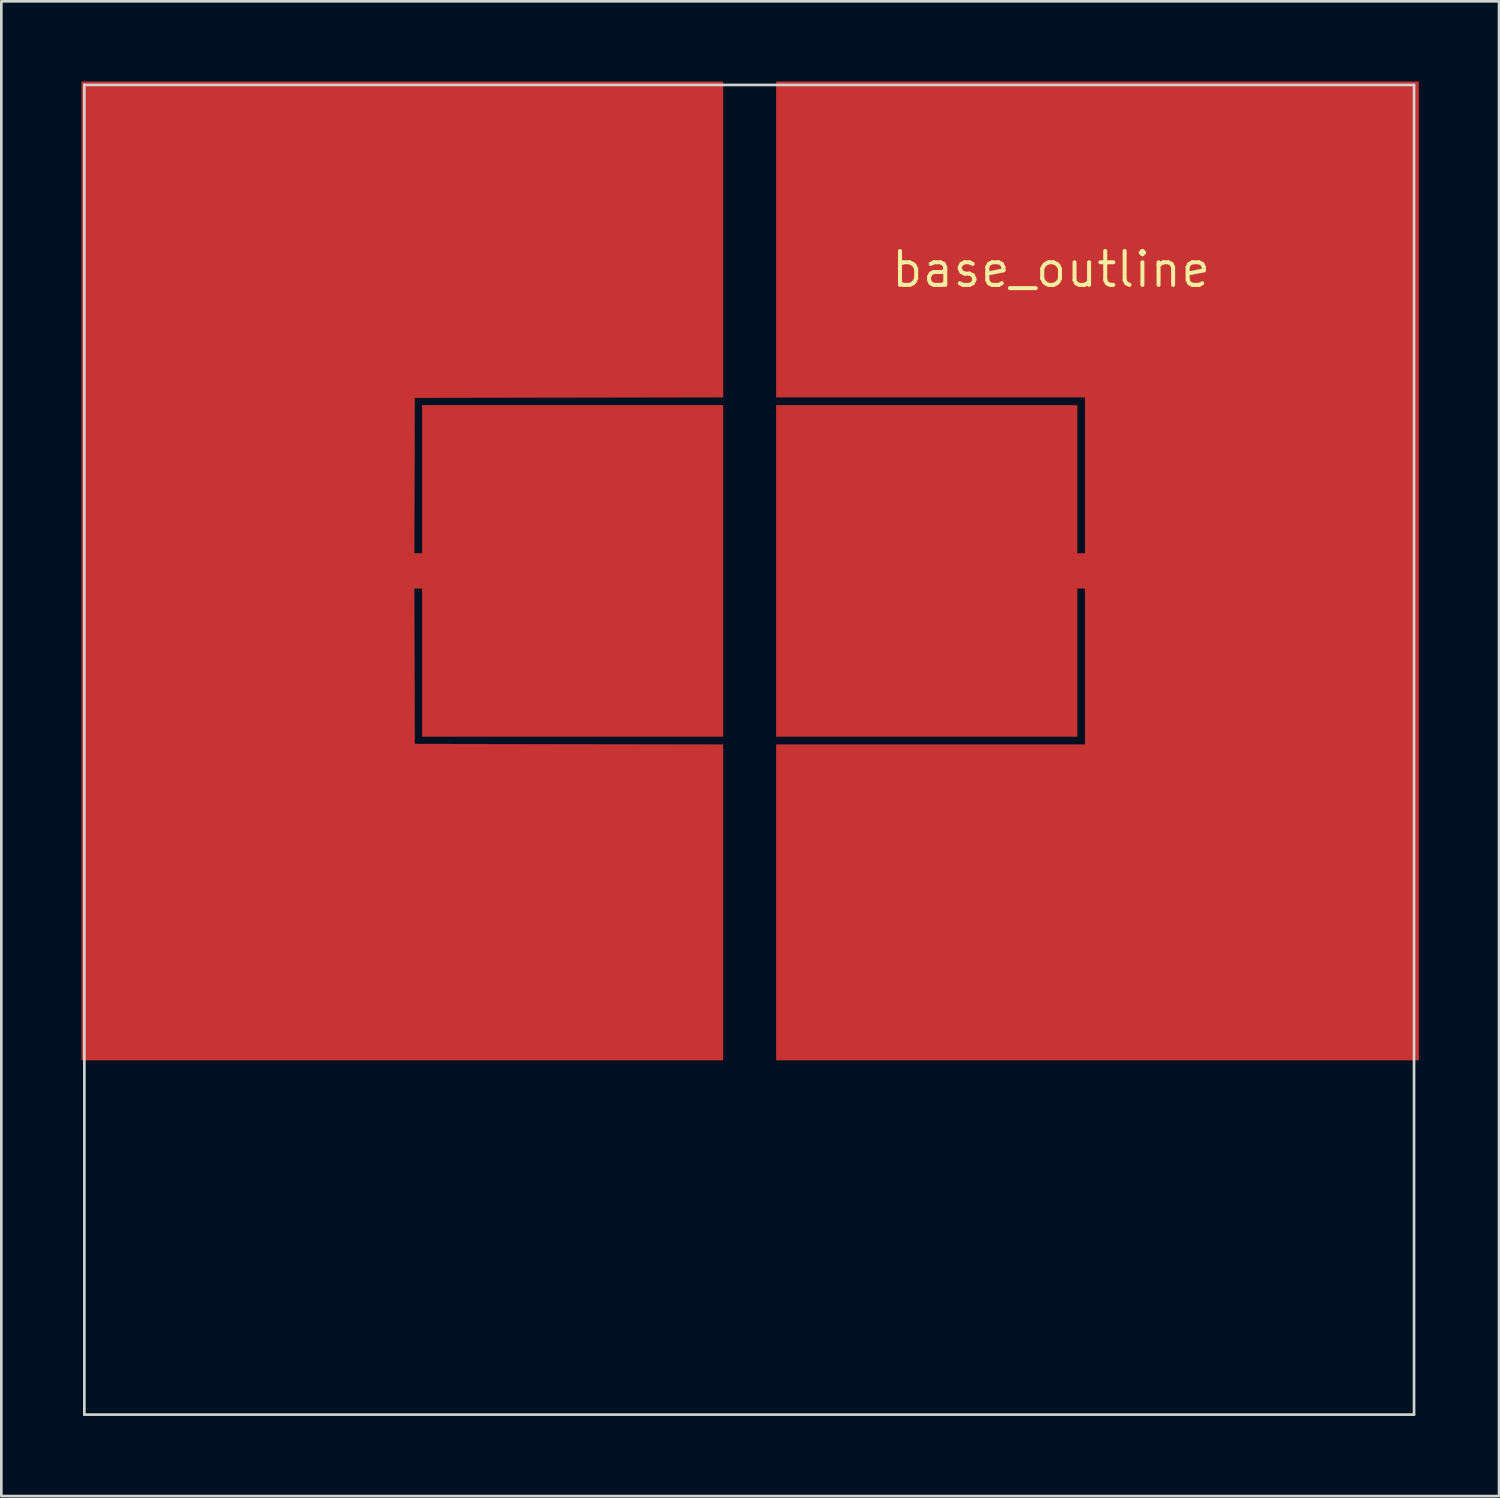
<source format=kicad_pcb>
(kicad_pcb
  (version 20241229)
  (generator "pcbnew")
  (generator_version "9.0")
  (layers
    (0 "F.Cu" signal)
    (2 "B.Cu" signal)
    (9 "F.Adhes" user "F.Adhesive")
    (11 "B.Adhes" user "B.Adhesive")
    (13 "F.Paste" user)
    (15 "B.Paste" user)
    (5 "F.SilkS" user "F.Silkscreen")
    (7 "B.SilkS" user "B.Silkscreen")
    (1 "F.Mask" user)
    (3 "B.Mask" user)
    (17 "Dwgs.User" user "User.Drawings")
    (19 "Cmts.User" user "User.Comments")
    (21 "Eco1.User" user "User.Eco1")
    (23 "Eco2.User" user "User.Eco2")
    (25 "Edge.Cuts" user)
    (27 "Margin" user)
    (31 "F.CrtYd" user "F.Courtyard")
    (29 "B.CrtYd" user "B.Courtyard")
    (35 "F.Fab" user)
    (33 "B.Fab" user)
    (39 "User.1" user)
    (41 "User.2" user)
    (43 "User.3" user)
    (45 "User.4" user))
  (footprint "base_outline"
    (layer "F.Cu")
    (at 36.285 7.032)
    (property "Reference" "base_outline" (at 0 0 0) (layer "F.SilkS") (effects (font (size 1.27 1.27) (thickness 0.15))))
    (attr through_hole)
    (fp_poly (pts (xy 13.758 29.591) (xy -10.287 29.591) (xy -10.287 17.78) (xy 1.27 17.78) (xy 1.27 11.938) (xy 0.974 11.938) (xy 0.974 17.484) (xy -10.287 17.484) (xy -10.287 5.08) (xy 0.974 5.08) (xy 0.974 10.626) (xy 1.27 10.626) (xy 1.27 4.784) (xy -10.287 4.784) (xy -10.287 -7.027) (xy 13.758 -7.027) (xy 13.758 29.591)) (stroke (width 0.01) (type solid)) (fill yes) (layer "F.Cu"))
    (fp_poly (pts (xy -12.277 4.783) (xy -18.045 4.794) (xy -23.812 4.805) (xy -23.823 7.715) (xy -23.834 10.626) (xy -23.537 10.626) (xy -23.537 5.08) (xy -12.277 5.08) (xy -12.277 17.484) (xy -23.537 17.484) (xy -23.537 11.938) (xy -23.834 11.938) (xy -23.823 14.848) (xy -23.812 17.759) (xy -18.045 17.77) (xy -12.277 17.78) (xy -12.277 29.591) (xy -36.28 29.591) (xy -36.28 -7.027) (xy -12.277 -7.027) (xy -12.277 4.783)) (stroke (width 0.01) (type solid)) (fill yes) (layer "F.Cu"))
    (fp_poly (pts (xy 1.27 17.78) (xy -23.834 17.78) (xy -23.834 4.784) (xy 1.27 4.784) (xy 1.27 17.78)) (stroke (width 0.01) (type solid)) (fill yes) (layer "F.Mask"))
    (fp_line (start -36.178 -6.904) (end -36.178 -6.904) (stroke (width 0.1) (type solid)) (layer "Edge.Cuts"))
    (fp_line (start -36.178 -6.904) (end 13.582 -6.904) (stroke (width 0.1) (type solid)) (layer "Edge.Cuts"))
    (fp_line (start -36.178 42.856) (end -36.178 -6.904) (stroke (width 0.1) (type solid)) (layer "Edge.Cuts"))
    (fp_line (start 13.582 -6.904) (end 13.582 42.856) (stroke (width 0.1) (type solid)) (layer "Edge.Cuts"))
    (fp_line (start 13.582 42.856) (end -36.178 42.856) (stroke (width 0.1) (type solid)) (layer "Edge.Cuts")))
  (gr_rect
    (start -3 -3)
    (end 53.048 52.938)
    (stroke (width 0.1) (type default))
    (fill no)
    (layer "Edge.Cuts")))
</source>
